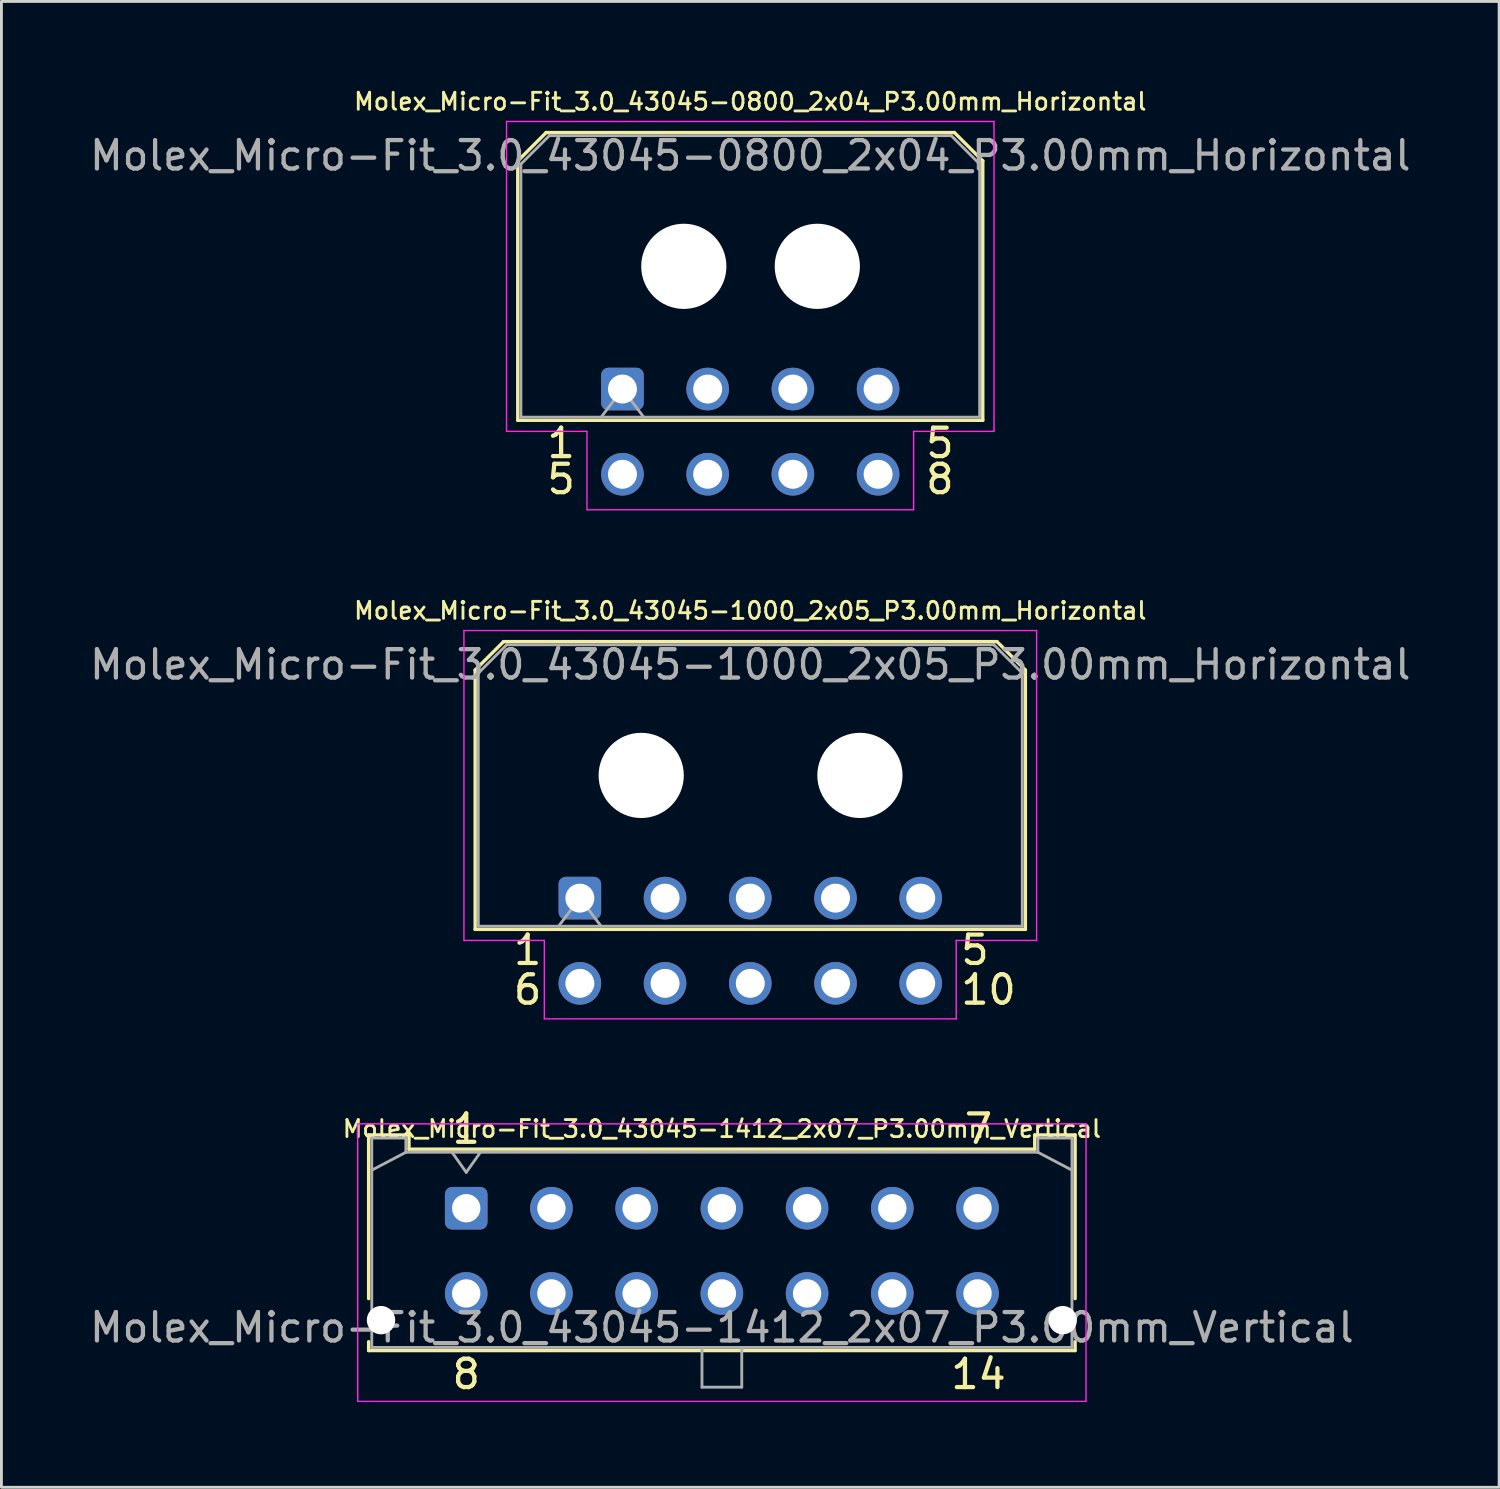
<source format=kicad_pcb>
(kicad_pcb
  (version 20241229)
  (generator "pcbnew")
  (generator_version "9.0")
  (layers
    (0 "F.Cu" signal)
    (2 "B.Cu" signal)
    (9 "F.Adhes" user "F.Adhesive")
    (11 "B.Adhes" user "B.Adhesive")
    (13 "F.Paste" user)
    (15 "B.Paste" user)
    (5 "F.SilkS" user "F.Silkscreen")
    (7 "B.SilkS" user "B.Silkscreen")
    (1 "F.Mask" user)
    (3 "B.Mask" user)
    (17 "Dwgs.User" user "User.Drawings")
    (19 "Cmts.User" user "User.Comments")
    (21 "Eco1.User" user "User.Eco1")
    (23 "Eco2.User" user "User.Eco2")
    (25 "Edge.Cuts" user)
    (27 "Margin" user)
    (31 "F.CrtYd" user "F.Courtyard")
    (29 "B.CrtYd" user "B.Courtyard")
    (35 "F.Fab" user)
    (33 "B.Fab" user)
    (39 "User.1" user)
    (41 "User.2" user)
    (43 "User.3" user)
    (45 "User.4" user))
  (footprint "Molex_Micro-Fit_3.0_43045-1412_2x07_P3.00mm_Vertical"
    (layer "F.Cu")
    (at 13.363 39.485)
    (property "Reference" "Molex_Micro-Fit_3.0_43045-1412_2x07_P3.00mm_Vertical" (at 9 -2.794 0) (layer "F.SilkS") (effects (font (size 0.6 0.6) (thickness 0.1))))
    (attr through_hole)
    (fp_line (start -3.435 -2.58) (end -2.015 -2.58) (stroke (width 0.12) (type solid)) (layer "F.SilkS"))
    (fp_line (start -3.435 3.18) (end -3.435 -2.58) (stroke (width 0.12) (type solid)) (layer "F.SilkS"))
    (fp_line (start -3.435 4.7) (end -3.435 5.01) (stroke (width 0.12) (type solid)) (layer "F.SilkS"))
    (fp_line (start -3.435 5.01) (end 21.435 5.01) (stroke (width 0.12) (type solid)) (layer "F.SilkS"))
    (fp_line (start -2.015 -2.58) (end -2.015 -2.08) (stroke (width 0.12) (type solid)) (layer "F.SilkS"))
    (fp_line (start -2.015 -2.08) (end 20.015 -2.08) (stroke (width 0.12) (type solid)) (layer "F.SilkS"))
    (fp_line (start 20.015 -2.58) (end 21.435 -2.58) (stroke (width 0.12) (type solid)) (layer "F.SilkS"))
    (fp_line (start 20.015 -2.08) (end 20.015 -2.58) (stroke (width 0.12) (type solid)) (layer "F.SilkS"))
    (fp_line (start 21.435 -2.58) (end 21.435 3.18) (stroke (width 0.12) (type solid)) (layer "F.SilkS"))
    (fp_line (start 21.435 5.01) (end 21.435 4.7) (stroke (width 0.12) (type solid)) (layer "F.SilkS"))
    (fp_line (start -3.82 -2.97) (end 21.82 -2.97) (stroke (width 0.05) (type solid)) (layer "F.CrtYd"))
    (fp_line (start -3.82 6.8) (end -3.82 -2.97) (stroke (width 0.05) (type solid)) (layer "F.CrtYd"))
    (fp_line (start 21.82 -2.97) (end 21.82 6.8) (stroke (width 0.05) (type solid)) (layer "F.CrtYd"))
    (fp_line (start 21.82 6.8) (end -3.82 6.8) (stroke (width 0.05) (type solid)) (layer "F.CrtYd"))
    (fp_line (start -3.325 -2.47) (end -3.325 4.9) (stroke (width 0.1) (type solid)) (layer "F.Fab"))
    (fp_line (start -3.325 -1.34) (end -2.125 -1.97) (stroke (width 0.1) (type solid)) (layer "F.Fab"))
    (fp_line (start -3.325 4.9) (end 21.325 4.9) (stroke (width 0.1) (type solid)) (layer "F.Fab"))
    (fp_line (start -2.125 -2.47) (end -3.325 -2.47) (stroke (width 0.1) (type solid)) (layer "F.Fab"))
    (fp_line (start -2.125 -1.97) (end -2.125 -2.47) (stroke (width 0.1) (type solid)) (layer "F.Fab"))
    (fp_line (start -0.5 -1.97) (end 0 -1.263) (stroke (width 0.1) (type solid)) (layer "F.Fab"))
    (fp_line (start 0 -1.263) (end 0.5 -1.97) (stroke (width 0.1) (type solid)) (layer "F.Fab"))
    (fp_line (start 8.3 4.9) (end 8.3 6.3) (stroke (width 0.1) (type solid)) (layer "F.Fab"))
    (fp_line (start 8.3 6.3) (end 9.7 6.3) (stroke (width 0.1) (type solid)) (layer "F.Fab"))
    (fp_line (start 9.7 6.3) (end 9.7 4.9) (stroke (width 0.1) (type solid)) (layer "F.Fab"))
    (fp_line (start 20.125 -2.47) (end 20.125 -1.97) (stroke (width 0.1) (type solid)) (layer "F.Fab"))
    (fp_line (start 20.125 -1.97) (end -2.125 -1.97) (stroke (width 0.1) (type solid)) (layer "F.Fab"))
    (fp_line (start 21.325 -2.47) (end 20.125 -2.47) (stroke (width 0.1) (type solid)) (layer "F.Fab"))
    (fp_line (start 21.325 -1.34) (end 20.125 -1.97) (stroke (width 0.1) (type solid)) (layer "F.Fab"))
    (fp_line (start 21.325 4.9) (end 21.325 -2.47) (stroke (width 0.1) (type solid)) (layer "F.Fab"))
    (fp_text user "1" (at 0 -2.794 0) (unlocked yes) (layer "F.SilkS") (effects (font (size 1 1) (thickness 0.15))))
    (fp_text user "8" (at 0 5.842 0) (unlocked yes) (layer "F.SilkS") (effects (font (size 1 1) (thickness 0.15))))
    (fp_text user "7" (at 18.034 -2.794 0) (unlocked yes) (layer "F.SilkS") (effects (font (size 1 1) (thickness 0.15))))
    (fp_text user "14" (at 18.034 5.842 0) (unlocked yes) (layer "F.SilkS") (effects (font (size 1 1) (thickness 0.15))))
    (fp_text user "${REFERENCE}" (at 9 4.2 0) (layer "F.Fab") (effects (font (size 1 1) (thickness 0.15))))
    (pad "" np_thru_hole circle (at -3 3.94) (size 1 1) (drill 1) (layers "*.Cu" "*.Mask"))
    (pad "" np_thru_hole circle (at 21 3.94) (size 1 1) (drill 1) (layers "*.Cu" "*.Mask"))
    (pad "1" thru_hole roundrect (at 0 0) (size 1.5 1.5) (drill 1) (layers "*.Cu" "*.Mask") (roundrect_rratio 0.167))
    (pad "2" thru_hole circle (at 3 0) (size 1.5 1.5) (drill 1) (layers "*.Cu" "*.Mask"))
    (pad "3" thru_hole circle (at 6 0) (size 1.5 1.5) (drill 1) (layers "*.Cu" "*.Mask"))
    (pad "4" thru_hole circle (at 9 0) (size 1.5 1.5) (drill 1) (layers "*.Cu" "*.Mask"))
    (pad "5" thru_hole circle (at 12 0) (size 1.5 1.5) (drill 1) (layers "*.Cu" "*.Mask"))
    (pad "6" thru_hole circle (at 15 0) (size 1.5 1.5) (drill 1) (layers "*.Cu" "*.Mask"))
    (pad "7" thru_hole circle (at 18 0) (size 1.5 1.5) (drill 1) (layers "*.Cu" "*.Mask"))
    (pad "8" thru_hole circle (at 0 3) (size 1.5 1.5) (drill 1) (layers "*.Cu" "*.Mask"))
    (pad "9" thru_hole circle (at 3 3) (size 1.5 1.5) (drill 1) (layers "*.Cu" "*.Mask"))
    (pad "10" thru_hole circle (at 6 3) (size 1.5 1.5) (drill 1) (layers "*.Cu" "*.Mask"))
    (pad "11" thru_hole circle (at 9 3) (size 1.5 1.5) (drill 1) (layers "*.Cu" "*.Mask"))
    (pad "12" thru_hole circle (at 12 3) (size 1.5 1.5) (drill 1) (layers "*.Cu" "*.Mask"))
    (pad "13" thru_hole circle (at 15 3) (size 1.5 1.5) (drill 1) (layers "*.Cu" "*.Mask"))
    (pad "14" thru_hole circle (at 18 3) (size 1.5 1.5) (drill 1) (layers "*.Cu" "*.Mask")))
  (footprint "Molex_Micro-Fit_3.0_43045-0800_2x04_P3.00mm_Horizontal"
    (layer "F.Cu")
    (at 18.863 10.646)
    (property "Reference" "Molex_Micro-Fit_3.0_43045-0800_2x04_P3.00mm_Horizontal" (at 4.5 -10.12 0) (layer "F.SilkS") (effects (font (size 0.6 0.6) (thickness 0.1) (bold yes))))
    (attr through_hole)
    (fp_line (start -3.685 -8.03) (end -2.685 -9.03) (stroke (width 0.12) (type solid)) (layer "F.SilkS"))
    (fp_line (start -3.685 1.1) (end -3.685 -8.03) (stroke (width 0.12) (type solid)) (layer "F.SilkS"))
    (fp_line (start -2.685 -9.03) (end 11.685 -9.03) (stroke (width 0.12) (type solid)) (layer "F.SilkS"))
    (fp_line (start 11.685 -9.03) (end 12.685 -8.03) (stroke (width 0.12) (type solid)) (layer "F.SilkS"))
    (fp_line (start 12.685 -8.03) (end 12.685 1.1) (stroke (width 0.12) (type solid)) (layer "F.SilkS"))
    (fp_line (start 12.685 1.1) (end -3.685 1.1) (stroke (width 0.12) (type solid)) (layer "F.SilkS"))
    (fp_line (start -4.08 -9.42) (end 13.08 -9.42) (stroke (width 0.05) (type solid)) (layer "F.CrtYd"))
    (fp_line (start -4.08 1.49) (end -4.08 -9.42) (stroke (width 0.05) (type solid)) (layer "F.CrtYd"))
    (fp_line (start -1.25 1.49) (end -4.08 1.49) (stroke (width 0.05) (type solid)) (layer "F.CrtYd"))
    (fp_line (start -1.25 4.25) (end -1.25 1.49) (stroke (width 0.05) (type solid)) (layer "F.CrtYd"))
    (fp_line (start 10.25 1.49) (end 10.25 4.25) (stroke (width 0.05) (type solid)) (layer "F.CrtYd"))
    (fp_line (start 10.25 4.25) (end -1.25 4.25) (stroke (width 0.05) (type solid)) (layer "F.CrtYd"))
    (fp_line (start 13.08 -9.42) (end 13.08 1.49) (stroke (width 0.05) (type solid)) (layer "F.CrtYd"))
    (fp_line (start 13.08 1.49) (end 10.25 1.49) (stroke (width 0.05) (type solid)) (layer "F.CrtYd"))
    (fp_line (start -3.575 -7.92) (end -2.575 -8.92) (stroke (width 0.1) (type solid)) (layer "F.Fab"))
    (fp_line (start -3.575 0.99) (end -3.575 -7.92) (stroke (width 0.1) (type solid)) (layer "F.Fab"))
    (fp_line (start -2.575 -8.92) (end 11.575 -8.92) (stroke (width 0.1) (type solid)) (layer "F.Fab"))
    (fp_line (start -0.75 0.99) (end 0 0) (stroke (width 0.1) (type solid)) (layer "F.Fab"))
    (fp_line (start 0 0) (end 0.75 0.99) (stroke (width 0.1) (type solid)) (layer "F.Fab"))
    (fp_line (start 11.575 -8.92) (end 12.575 -7.92) (stroke (width 0.1) (type solid)) (layer "F.Fab"))
    (fp_line (start 12.575 -7.92) (end 12.575 0.99) (stroke (width 0.1) (type solid)) (layer "F.Fab"))
    (fp_line (start 12.575 0.99) (end -3.575 0.99) (stroke (width 0.1) (type solid)) (layer "F.Fab"))
    (fp_text user "8" (at 11.176 3.175 0) (unlocked yes) (layer "F.SilkS") (effects (font (size 1 1) (thickness 0.15))))
    (fp_text user "1" (at -2.159 1.905 0) (unlocked yes) (layer "F.SilkS") (effects (font (size 1 1) (thickness 0.15))))
    (fp_text user "5" (at -2.159 3.175 0) (unlocked yes) (layer "F.SilkS") (effects (font (size 1 1) (thickness 0.15))))
    (fp_text user "5" (at 11.176 1.905 0) (unlocked yes) (layer "F.SilkS") (effects (font (size 1 1) (thickness 0.15))))
    (fp_text user "${REFERENCE}" (at 4.5 -8.22 0) (layer "F.Fab") (effects (font (size 1 1) (thickness 0.15))))
    (pad "" np_thru_hole circle (at 2.16 -4.32) (size 3 3) (drill 3) (layers "*.Cu" "*.Mask"))
    (pad "" np_thru_hole circle (at 6.86 -4.32) (size 3 3) (drill 3) (layers "*.Cu" "*.Mask"))
    (pad "1" thru_hole roundrect (at 0 0) (size 1.5 1.5) (drill 1.02) (layers "*.Cu" "*.Mask") (roundrect_rratio 0.167))
    (pad "2" thru_hole circle (at 3 0) (size 1.5 1.5) (drill 1.02) (layers "*.Cu" "*.Mask"))
    (pad "3" thru_hole circle (at 6 0) (size 1.5 1.5) (drill 1.02) (layers "*.Cu" "*.Mask"))
    (pad "4" thru_hole circle (at 9 0) (size 1.5 1.5) (drill 1.02) (layers "*.Cu" "*.Mask"))
    (pad "5" thru_hole circle (at 0 3) (size 1.5 1.5) (drill 1.02) (layers "*.Cu" "*.Mask"))
    (pad "6" thru_hole circle (at 3 3) (size 1.5 1.5) (drill 1.02) (layers "*.Cu" "*.Mask"))
    (pad "7" thru_hole circle (at 6 3) (size 1.5 1.5) (drill 1.02) (layers "*.Cu" "*.Mask"))
    (pad "8" thru_hole circle (at 9 3) (size 1.5 1.5) (drill 1.02) (layers "*.Cu" "*.Mask")))
  (footprint "Molex_Micro-Fit_3.0_43045-1000_2x05_P3.00mm_Horizontal"
    (layer "F.Cu")
    (at 17.363 28.568)
    (property "Reference" "Molex_Micro-Fit_3.0_43045-1000_2x05_P3.00mm_Horizontal" (at 6 -10.12 0) (layer "F.SilkS") (effects (font (size 0.6 0.6) (thickness 0.1) (bold yes))))
    (attr through_hole)
    (fp_line (start -3.685 -8.03) (end -2.685 -9.03) (stroke (width 0.12) (type solid)) (layer "F.SilkS"))
    (fp_line (start -3.685 1.1) (end -3.685 -8.03) (stroke (width 0.12) (type solid)) (layer "F.SilkS"))
    (fp_line (start -2.685 -9.03) (end 14.685 -9.03) (stroke (width 0.12) (type solid)) (layer "F.SilkS"))
    (fp_line (start 14.685 -9.03) (end 15.685 -8.03) (stroke (width 0.12) (type solid)) (layer "F.SilkS"))
    (fp_line (start 15.685 -8.03) (end 15.685 1.1) (stroke (width 0.12) (type solid)) (layer "F.SilkS"))
    (fp_line (start 15.685 1.1) (end -3.685 1.1) (stroke (width 0.12) (type solid)) (layer "F.SilkS"))
    (fp_line (start -4.08 -9.42) (end 16.08 -9.42) (stroke (width 0.05) (type solid)) (layer "F.CrtYd"))
    (fp_line (start -4.08 1.49) (end -4.08 -9.42) (stroke (width 0.05) (type solid)) (layer "F.CrtYd"))
    (fp_line (start -1.25 1.49) (end -4.08 1.49) (stroke (width 0.05) (type solid)) (layer "F.CrtYd"))
    (fp_line (start -1.25 4.25) (end -1.25 1.49) (stroke (width 0.05) (type solid)) (layer "F.CrtYd"))
    (fp_line (start 13.25 1.49) (end 13.25 4.25) (stroke (width 0.05) (type solid)) (layer "F.CrtYd"))
    (fp_line (start 13.25 4.25) (end -1.25 4.25) (stroke (width 0.05) (type solid)) (layer "F.CrtYd"))
    (fp_line (start 16.08 -9.42) (end 16.08 1.49) (stroke (width 0.05) (type solid)) (layer "F.CrtYd"))
    (fp_line (start 16.08 1.49) (end 13.25 1.49) (stroke (width 0.05) (type solid)) (layer "F.CrtYd"))
    (fp_line (start -3.575 -7.92) (end -2.575 -8.92) (stroke (width 0.1) (type solid)) (layer "F.Fab"))
    (fp_line (start -3.575 0.99) (end -3.575 -7.92) (stroke (width 0.1) (type solid)) (layer "F.Fab"))
    (fp_line (start -2.575 -8.92) (end 14.575 -8.92) (stroke (width 0.1) (type solid)) (layer "F.Fab"))
    (fp_line (start -0.75 0.99) (end 0 0) (stroke (width 0.1) (type solid)) (layer "F.Fab"))
    (fp_line (start 0 0) (end 0.75 0.99) (stroke (width 0.1) (type solid)) (layer "F.Fab"))
    (fp_line (start 14.575 -8.92) (end 15.575 -7.92) (stroke (width 0.1) (type solid)) (layer "F.Fab"))
    (fp_line (start 15.575 -7.92) (end 15.575 0.99) (stroke (width 0.1) (type solid)) (layer "F.Fab"))
    (fp_line (start 15.575 0.99) (end -3.575 0.99) (stroke (width 0.1) (type solid)) (layer "F.Fab"))
    (fp_text user "10" (at 13.335 3.81 0) (unlocked yes) (layer "F.SilkS") (effects (font (size 1 1) (thickness 0.15)) (justify left bottom)))
    (fp_text user "5" (at 13.335 2.413 0) (unlocked yes) (layer "F.SilkS") (effects (font (size 1 1) (thickness 0.15)) (justify left bottom)))
    (fp_text user "6" (at -2.413 3.81 0) (unlocked yes) (layer "F.SilkS") (effects (font (size 1 1) (thickness 0.15)) (justify left bottom)))
    (fp_text user "1" (at -2.413 2.413 0) (unlocked yes) (layer "F.SilkS") (effects (font (size 1 1) (thickness 0.15)) (justify left bottom)))
    (fp_text user "${REFERENCE}" (at 6 -8.22 0) (layer "F.Fab") (effects (font (size 1 1) (thickness 0.15))))
    (pad "" np_thru_hole circle (at 2.16 -4.32) (size 3 3) (drill 3) (layers "*.Cu" "*.Mask"))
    (pad "" np_thru_hole circle (at 9.86 -4.32) (size 3 3) (drill 3) (layers "*.Cu" "*.Mask"))
    (pad "1" thru_hole roundrect (at 0 0) (size 1.5 1.5) (drill 1.02) (layers "*.Cu" "*.Mask") (roundrect_rratio 0.167))
    (pad "2" thru_hole circle (at 3 0) (size 1.5 1.5) (drill 1.02) (layers "*.Cu" "*.Mask"))
    (pad "3" thru_hole circle (at 6 0) (size 1.5 1.5) (drill 1.02) (layers "*.Cu" "*.Mask"))
    (pad "4" thru_hole circle (at 9 0) (size 1.5 1.5) (drill 1.02) (layers "*.Cu" "*.Mask"))
    (pad "5" thru_hole circle (at 12 0) (size 1.5 1.5) (drill 1.02) (layers "*.Cu" "*.Mask"))
    (pad "6" thru_hole circle (at 0 3) (size 1.5 1.5) (drill 1.02) (layers "*.Cu" "*.Mask"))
    (pad "7" thru_hole circle (at 3 3) (size 1.5 1.5) (drill 1.02) (layers "*.Cu" "*.Mask"))
    (pad "8" thru_hole circle (at 6 3) (size 1.5 1.5) (drill 1.02) (layers "*.Cu" "*.Mask"))
    (pad "9" thru_hole circle (at 9 3) (size 1.5 1.5) (drill 1.02) (layers "*.Cu" "*.Mask"))
    (pad "10" thru_hole circle (at 12 3) (size 1.5 1.5) (drill 1.02) (layers "*.Cu" "*.Mask")))
  (gr_rect
    (start -3 -3)
    (end 49.726 49.31)
    (stroke (width 0.1) (type default))
    (fill no)
    (layer "Edge.Cuts")))
</source>
